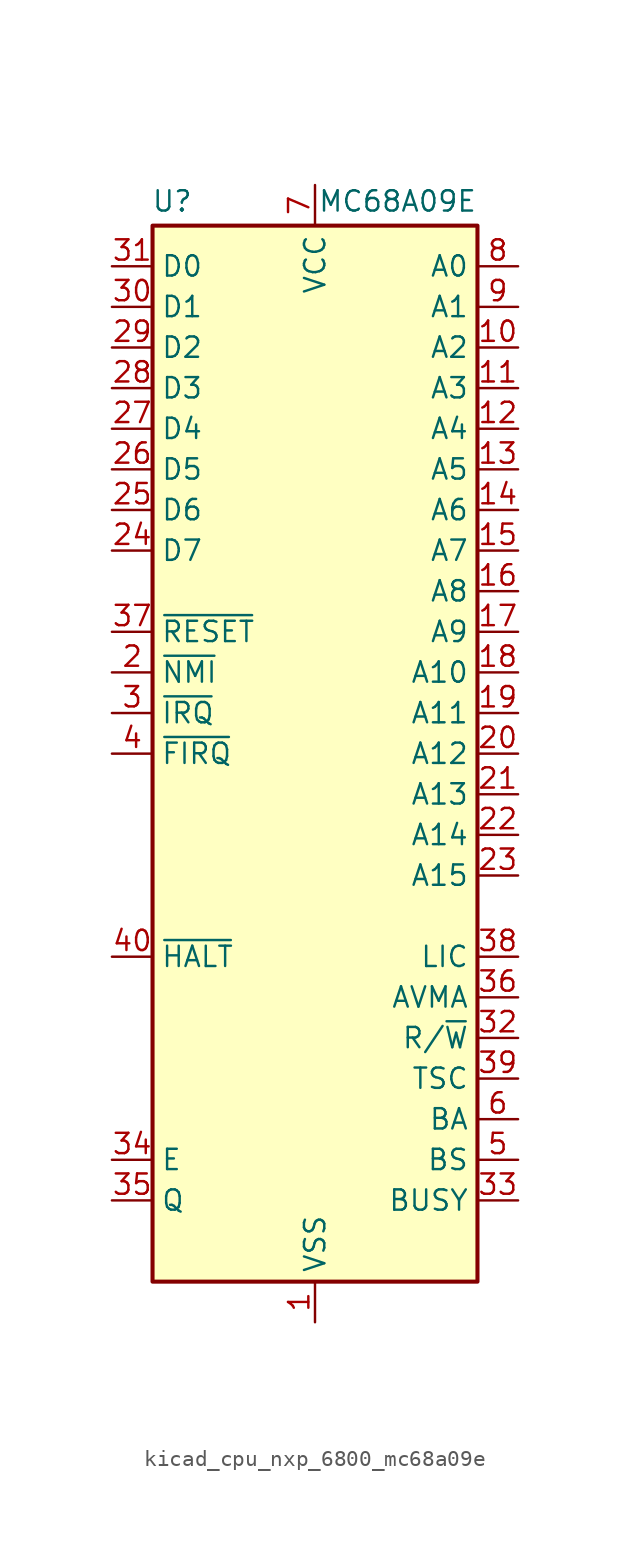
<source format=kicad_sym>
(kicad_symbol_lib
  (version 20220914)
  (generator kicad_symbol_editor)
  (symbol "kicad_cpu_nxp_6800_mc68a09e"
    (property "Reference" "U"
      (at -7.62 34.544 0)
      (effects (font (size 1.27 1.27)) (justify right)))
    (property "Value" "MC68A09E"
      (at 10.16 34.544 0)
      (effects (font (size 1.27 1.27)) (justify right)))
    (symbol "kicad_cpu_nxp_6800_mc68a09e_0_1"
      (rectangle (start -10.16 -33.02) (end 10.16 33.02) (stroke (width 0.254) (type default)) (fill (type background))))
    (symbol "kicad_cpu_nxp_6800_mc68a09e_1_1"
      (pin power_in line (at 0 -35.56 90) (length 2.54) (name "VSS" (effects (font (size 1.27 1.27)))) (number "1" (effects (font (size 1.27 1.27)))))
      (pin output line (at 12.7 25.4 180) (length 2.54) (name "A2" (effects (font (size 1.27 1.27)))) (number "10" (effects (font (size 1.27 1.27)))))
      (pin output line (at 12.7 22.86 180) (length 2.54) (name "A3" (effects (font (size 1.27 1.27)))) (number "11" (effects (font (size 1.27 1.27)))))
      (pin output line (at 12.7 20.32 180) (length 2.54) (name "A4" (effects (font (size 1.27 1.27)))) (number "12" (effects (font (size 1.27 1.27)))))
      (pin output line (at 12.7 17.78 180) (length 2.54) (name "A5" (effects (font (size 1.27 1.27)))) (number "13" (effects (font (size 1.27 1.27)))))
      (pin output line (at 12.7 15.24 180) (length 2.54) (name "A6" (effects (font (size 1.27 1.27)))) (number "14" (effects (font (size 1.27 1.27)))))
      (pin output line (at 12.7 12.7 180) (length 2.54) (name "A7" (effects (font (size 1.27 1.27)))) (number "15" (effects (font (size 1.27 1.27)))))
      (pin output line (at 12.7 10.16 180) (length 2.54) (name "A8" (effects (font (size 1.27 1.27)))) (number "16" (effects (font (size 1.27 1.27)))))
      (pin output line (at 12.7 7.62 180) (length 2.54) (name "A9" (effects (font (size 1.27 1.27)))) (number "17" (effects (font (size 1.27 1.27)))))
      (pin output line (at 12.7 5.08 180) (length 2.54) (name "A10" (effects (font (size 1.27 1.27)))) (number "18" (effects (font (size 1.27 1.27)))))
      (pin output line (at 12.7 2.54 180) (length 2.54) (name "A11" (effects (font (size 1.27 1.27)))) (number "19" (effects (font (size 1.27 1.27)))))
      (pin input line (at -12.7 5.08 0) (length 2.54) (name "~{NMI}" (effects (font (size 1.27 1.27)))) (number "2" (effects (font (size 1.27 1.27)))))
      (pin output line (at 12.7 0 180) (length 2.54) (name "A12" (effects (font (size 1.27 1.27)))) (number "20" (effects (font (size 1.27 1.27)))))
      (pin output line (at 12.7 -2.54 180) (length 2.54) (name "A13" (effects (font (size 1.27 1.27)))) (number "21" (effects (font (size 1.27 1.27)))))
      (pin output line (at 12.7 -5.08 180) (length 2.54) (name "A14" (effects (font (size 1.27 1.27)))) (number "22" (effects (font (size 1.27 1.27)))))
      (pin output line (at 12.7 -7.62 180) (length 2.54) (name "A15" (effects (font (size 1.27 1.27)))) (number "23" (effects (font (size 1.27 1.27)))))
      (pin bidirectional line (at -12.7 12.7 0) (length 2.54) (name "D7" (effects (font (size 1.27 1.27)))) (number "24" (effects (font (size 1.27 1.27)))))
      (pin bidirectional line (at -12.7 15.24 0) (length 2.54) (name "D6" (effects (font (size 1.27 1.27)))) (number "25" (effects (font (size 1.27 1.27)))))
      (pin bidirectional line (at -12.7 17.78 0) (length 2.54) (name "D5" (effects (font (size 1.27 1.27)))) (number "26" (effects (font (size 1.27 1.27)))))
      (pin bidirectional line (at -12.7 20.32 0) (length 2.54) (name "D4" (effects (font (size 1.27 1.27)))) (number "27" (effects (font (size 1.27 1.27)))))
      (pin bidirectional line (at -12.7 22.86 0) (length 2.54) (name "D3" (effects (font (size 1.27 1.27)))) (number "28" (effects (font (size 1.27 1.27)))))
      (pin bidirectional line (at -12.7 25.4 0) (length 2.54) (name "D2" (effects (font (size 1.27 1.27)))) (number "29" (effects (font (size 1.27 1.27)))))
      (pin input line (at -12.7 2.54 0) (length 2.54) (name "~{IRQ}" (effects (font (size 1.27 1.27)))) (number "3" (effects (font (size 1.27 1.27)))))
      (pin bidirectional line (at -12.7 27.94 0) (length 2.54) (name "D1" (effects (font (size 1.27 1.27)))) (number "30" (effects (font (size 1.27 1.27)))))
      (pin bidirectional line (at -12.7 30.48 0) (length 2.54) (name "D0" (effects (font (size 1.27 1.27)))) (number "31" (effects (font (size 1.27 1.27)))))
      (pin output line (at 12.7 -17.78 180) (length 2.54) (name "R/~{W}" (effects (font (size 1.27 1.27)))) (number "32" (effects (font (size 1.27 1.27)))))
      (pin output line (at 12.7 -27.94 180) (length 2.54) (name "BUSY" (effects (font (size 1.27 1.27)))) (number "33" (effects (font (size 1.27 1.27)))))
      (pin input line (at -12.7 -25.4 0) (length 2.54) (name "E" (effects (font (size 1.27 1.27)))) (number "34" (effects (font (size 1.27 1.27)))))
      (pin input line (at -12.7 -27.94 0) (length 2.54) (name "Q" (effects (font (size 1.27 1.27)))) (number "35" (effects (font (size 1.27 1.27)))))
      (pin output line (at 12.7 -15.24 180) (length 2.54) (name "AVMA" (effects (font (size 1.27 1.27)))) (number "36" (effects (font (size 1.27 1.27)))))
      (pin input line (at -12.7 7.62 0) (length 2.54) (name "~{RESET}" (effects (font (size 1.27 1.27)))) (number "37" (effects (font (size 1.27 1.27)))))
      (pin output line (at 12.7 -12.7 180) (length 2.54) (name "LIC" (effects (font (size 1.27 1.27)))) (number "38" (effects (font (size 1.27 1.27)))))
      (pin output line (at 12.7 -20.32 180) (length 2.54) (name "TSC" (effects (font (size 1.27 1.27)))) (number "39" (effects (font (size 1.27 1.27)))))
      (pin input line (at -12.7 0 0) (length 2.54) (name "~{FIRQ}" (effects (font (size 1.27 1.27)))) (number "4" (effects (font (size 1.27 1.27)))))
      (pin input line (at -12.7 -12.7 0) (length 2.54) (name "~{HALT}" (effects (font (size 1.27 1.27)))) (number "40" (effects (font (size 1.27 1.27)))))
      (pin output line (at 12.7 -25.4 180) (length 2.54) (name "BS" (effects (font (size 1.27 1.27)))) (number "5" (effects (font (size 1.27 1.27)))))
      (pin output line (at 12.7 -22.86 180) (length 2.54) (name "BA" (effects (font (size 1.27 1.27)))) (number "6" (effects (font (size 1.27 1.27)))))
      (pin power_in line (at 0 35.56 270) (length 2.54) (name "VCC" (effects (font (size 1.27 1.27)))) (number "7" (effects (font (size 1.27 1.27)))))
      (pin output line (at 12.7 30.48 180) (length 2.54) (name "A0" (effects (font (size 1.27 1.27)))) (number "8" (effects (font (size 1.27 1.27)))))
      (pin output line (at 12.7 27.94 180) (length 2.54) (name "A1" (effects (font (size 1.27 1.27)))) (number "9" (effects (font (size 1.27 1.27))))))))
</source>
